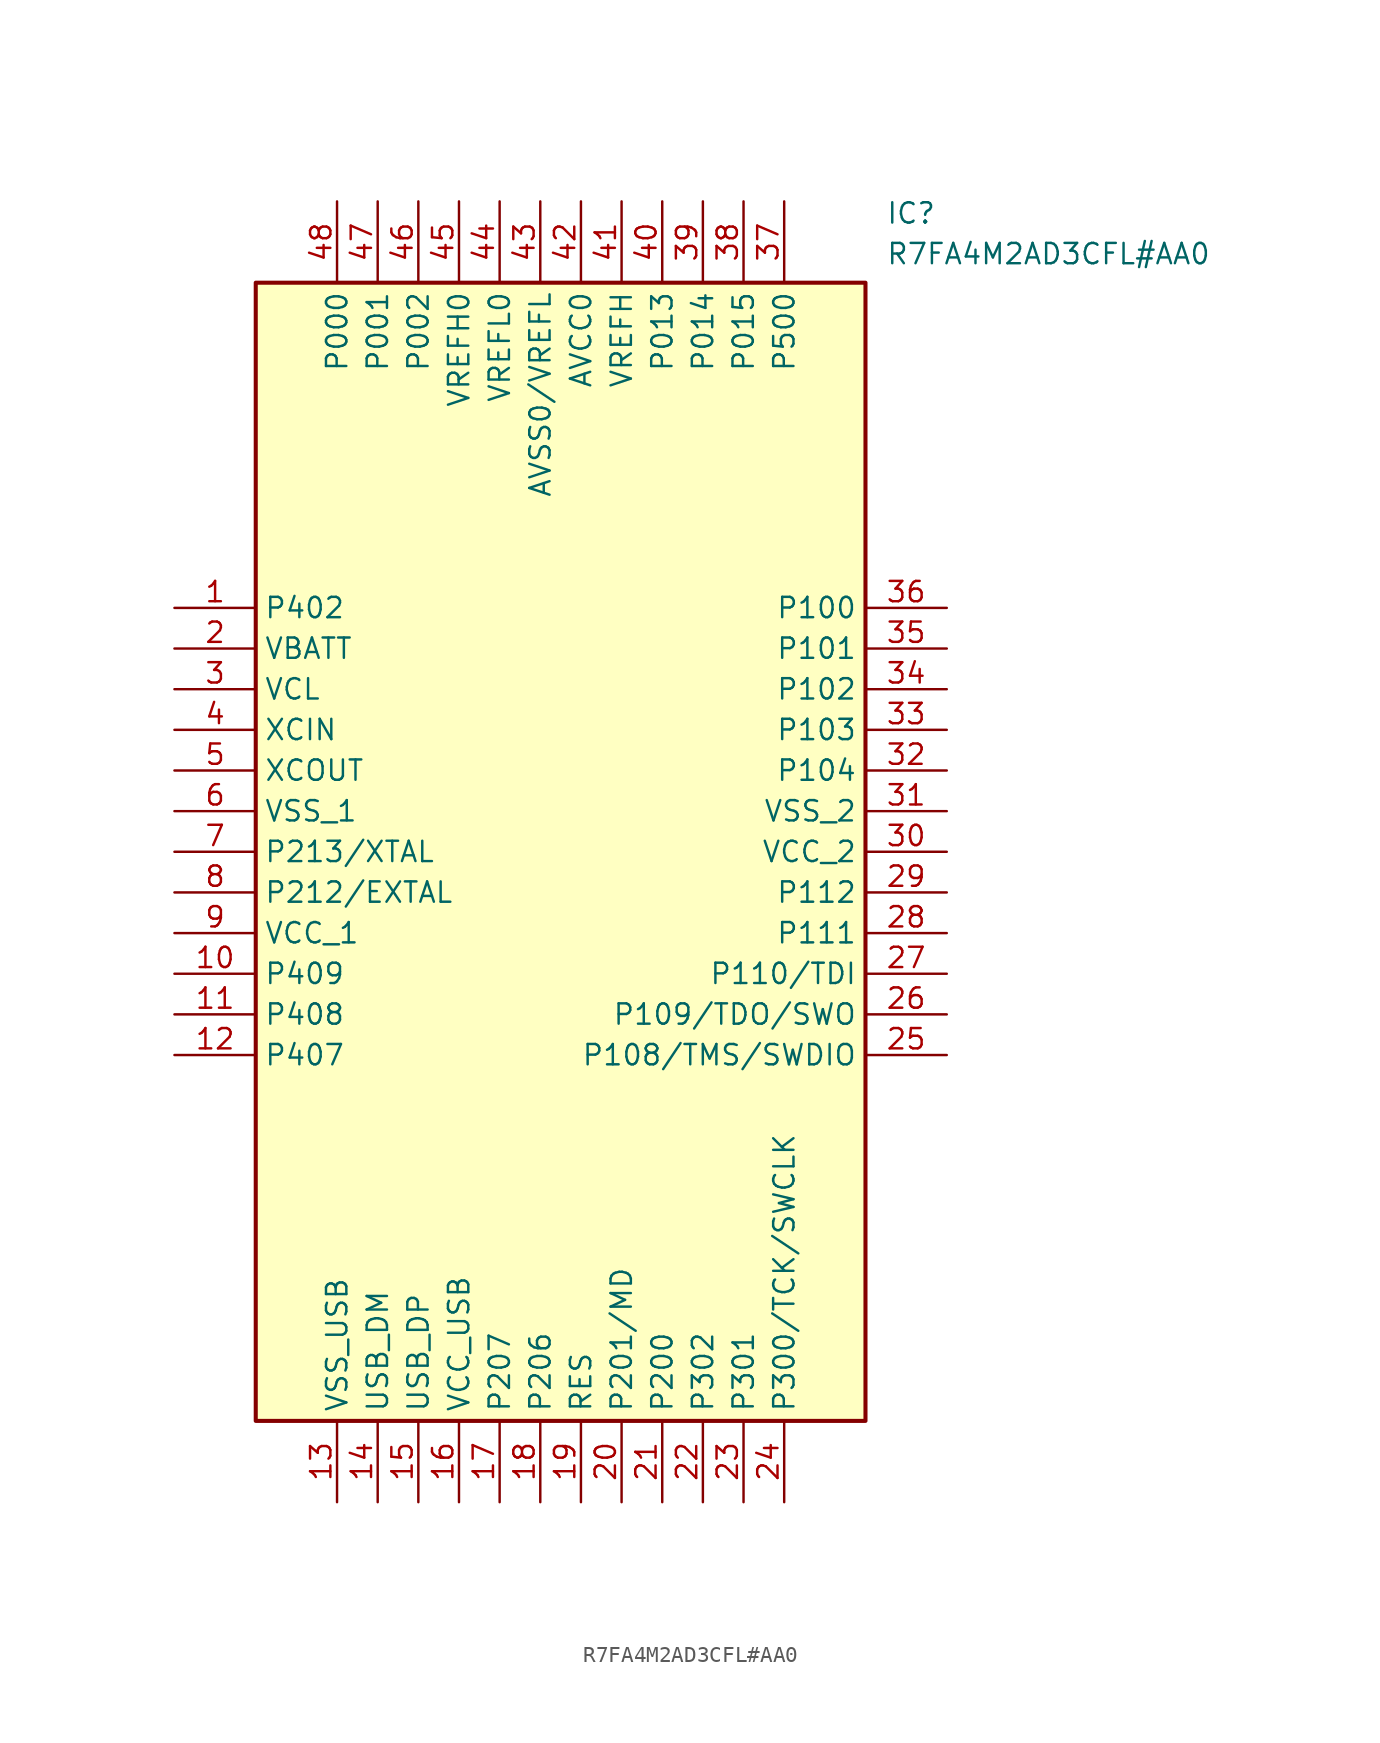
<source format=kicad_sym>
(kicad_symbol_lib
  (version 20211014)
  (generator SamacSys_ECAD_Model)
  (symbol "R7FA4M2AD3CFL#AA0"
    (property "Reference" "IC"
      (at 44.45 25.4 0)
      (effects (font (size 1.27 1.27)) (justify left top)))
    (property "Value" "R7FA4M2AD3CFL#AA0"
      (at 44.45 22.86 0)
      (effects (font (size 1.27 1.27)) (justify left top)))
    (rectangle
      (start 5.08 20.32)
      (end 43.18 -50.8)
      (stroke (width 0.254) (type default))
      (fill (type background)))
    (pin passive line
      (at 0 0 0)
      (length 5.08)
      (name "P402" (effects (font (size 1.27 1.27))))
      (number "1" (effects (font (size 1.27 1.27)))))
    (pin passive line
      (at 0 -2.54 0)
      (length 5.08)
      (name "VBATT" (effects (font (size 1.27 1.27))))
      (number "2" (effects (font (size 1.27 1.27)))))
    (pin passive line
      (at 0 -5.08 0)
      (length 5.08)
      (name "VCL" (effects (font (size 1.27 1.27))))
      (number "3" (effects (font (size 1.27 1.27)))))
    (pin passive line
      (at 0 -7.62 0)
      (length 5.08)
      (name "XCIN" (effects (font (size 1.27 1.27))))
      (number "4" (effects (font (size 1.27 1.27)))))
    (pin passive line
      (at 0 -10.16 0)
      (length 5.08)
      (name "XCOUT" (effects (font (size 1.27 1.27))))
      (number "5" (effects (font (size 1.27 1.27)))))
    (pin passive line
      (at 0 -12.7 0)
      (length 5.08)
      (name "VSS_1" (effects (font (size 1.27 1.27))))
      (number "6" (effects (font (size 1.27 1.27)))))
    (pin passive line
      (at 0 -15.24 0)
      (length 5.08)
      (name "P213/XTAL" (effects (font (size 1.27 1.27))))
      (number "7" (effects (font (size 1.27 1.27)))))
    (pin passive line
      (at 0 -17.78 0)
      (length 5.08)
      (name "P212/EXTAL" (effects (font (size 1.27 1.27))))
      (number "8" (effects (font (size 1.27 1.27)))))
    (pin passive line
      (at 0 -20.32 0)
      (length 5.08)
      (name "VCC_1" (effects (font (size 1.27 1.27))))
      (number "9" (effects (font (size 1.27 1.27)))))
    (pin passive line
      (at 0 -22.86 0)
      (length 5.08)
      (name "P409" (effects (font (size 1.27 1.27))))
      (number "10" (effects (font (size 1.27 1.27)))))
    (pin passive line
      (at 0 -25.4 0)
      (length 5.08)
      (name "P408" (effects (font (size 1.27 1.27))))
      (number "11" (effects (font (size 1.27 1.27)))))
    (pin passive line
      (at 0 -27.94 0)
      (length 5.08)
      (name "P407" (effects (font (size 1.27 1.27))))
      (number "12" (effects (font (size 1.27 1.27)))))
    (pin passive line
      (at 10.16 -55.88 90)
      (length 5.08)
      (name "VSS_USB" (effects (font (size 1.27 1.27))))
      (number "13" (effects (font (size 1.27 1.27)))))
    (pin passive line
      (at 12.7 -55.88 90)
      (length 5.08)
      (name "USB_DM" (effects (font (size 1.27 1.27))))
      (number "14" (effects (font (size 1.27 1.27)))))
    (pin passive line
      (at 15.24 -55.88 90)
      (length 5.08)
      (name "USB_DP" (effects (font (size 1.27 1.27))))
      (number "15" (effects (font (size 1.27 1.27)))))
    (pin passive line
      (at 17.78 -55.88 90)
      (length 5.08)
      (name "VCC_USB" (effects (font (size 1.27 1.27))))
      (number "16" (effects (font (size 1.27 1.27)))))
    (pin passive line
      (at 20.32 -55.88 90)
      (length 5.08)
      (name "P207" (effects (font (size 1.27 1.27))))
      (number "17" (effects (font (size 1.27 1.27)))))
    (pin passive line
      (at 22.86 -55.88 90)
      (length 5.08)
      (name "P206" (effects (font (size 1.27 1.27))))
      (number "18" (effects (font (size 1.27 1.27)))))
    (pin passive line
      (at 25.4 -55.88 90)
      (length 5.08)
      (name "RES" (effects (font (size 1.27 1.27))))
      (number "19" (effects (font (size 1.27 1.27)))))
    (pin passive line
      (at 27.94 -55.88 90)
      (length 5.08)
      (name "P201/MD" (effects (font (size 1.27 1.27))))
      (number "20" (effects (font (size 1.27 1.27)))))
    (pin passive line
      (at 30.48 -55.88 90)
      (length 5.08)
      (name "P200" (effects (font (size 1.27 1.27))))
      (number "21" (effects (font (size 1.27 1.27)))))
    (pin passive line
      (at 33.02 -55.88 90)
      (length 5.08)
      (name "P302" (effects (font (size 1.27 1.27))))
      (number "22" (effects (font (size 1.27 1.27)))))
    (pin passive line
      (at 35.56 -55.88 90)
      (length 5.08)
      (name "P301" (effects (font (size 1.27 1.27))))
      (number "23" (effects (font (size 1.27 1.27)))))
    (pin passive line
      (at 38.1 -55.88 90)
      (length 5.08)
      (name "P300/TCK/SWCLK" (effects (font (size 1.27 1.27))))
      (number "24" (effects (font (size 1.27 1.27)))))
    (pin passive line
      (at 48.26 0 180)
      (length 5.08)
      (name "P100" (effects (font (size 1.27 1.27))))
      (number "36" (effects (font (size 1.27 1.27)))))
    (pin passive line
      (at 48.26 -2.54 180)
      (length 5.08)
      (name "P101" (effects (font (size 1.27 1.27))))
      (number "35" (effects (font (size 1.27 1.27)))))
    (pin passive line
      (at 48.26 -5.08 180)
      (length 5.08)
      (name "P102" (effects (font (size 1.27 1.27))))
      (number "34" (effects (font (size 1.27 1.27)))))
    (pin passive line
      (at 48.26 -7.62 180)
      (length 5.08)
      (name "P103" (effects (font (size 1.27 1.27))))
      (number "33" (effects (font (size 1.27 1.27)))))
    (pin passive line
      (at 48.26 -10.16 180)
      (length 5.08)
      (name "P104" (effects (font (size 1.27 1.27))))
      (number "32" (effects (font (size 1.27 1.27)))))
    (pin passive line
      (at 48.26 -12.7 180)
      (length 5.08)
      (name "VSS_2" (effects (font (size 1.27 1.27))))
      (number "31" (effects (font (size 1.27 1.27)))))
    (pin passive line
      (at 48.26 -15.24 180)
      (length 5.08)
      (name "VCC_2" (effects (font (size 1.27 1.27))))
      (number "30" (effects (font (size 1.27 1.27)))))
    (pin passive line
      (at 48.26 -17.78 180)
      (length 5.08)
      (name "P112" (effects (font (size 1.27 1.27))))
      (number "29" (effects (font (size 1.27 1.27)))))
    (pin passive line
      (at 48.26 -20.32 180)
      (length 5.08)
      (name "P111" (effects (font (size 1.27 1.27))))
      (number "28" (effects (font (size 1.27 1.27)))))
    (pin passive line
      (at 48.26 -22.86 180)
      (length 5.08)
      (name "P110/TDI" (effects (font (size 1.27 1.27))))
      (number "27" (effects (font (size 1.27 1.27)))))
    (pin passive line
      (at 48.26 -25.4 180)
      (length 5.08)
      (name "P109/TDO/SWO" (effects (font (size 1.27 1.27))))
      (number "26" (effects (font (size 1.27 1.27)))))
    (pin passive line
      (at 48.26 -27.94 180)
      (length 5.08)
      (name "P108/TMS/SWDIO" (effects (font (size 1.27 1.27))))
      (number "25" (effects (font (size 1.27 1.27)))))
    (pin passive line
      (at 10.16 25.4 270)
      (length 5.08)
      (name "P000" (effects (font (size 1.27 1.27))))
      (number "48" (effects (font (size 1.27 1.27)))))
    (pin passive line
      (at 12.7 25.4 270)
      (length 5.08)
      (name "P001" (effects (font (size 1.27 1.27))))
      (number "47" (effects (font (size 1.27 1.27)))))
    (pin passive line
      (at 15.24 25.4 270)
      (length 5.08)
      (name "P002" (effects (font (size 1.27 1.27))))
      (number "46" (effects (font (size 1.27 1.27)))))
    (pin passive line
      (at 17.78 25.4 270)
      (length 5.08)
      (name "VREFH0" (effects (font (size 1.27 1.27))))
      (number "45" (effects (font (size 1.27 1.27)))))
    (pin passive line
      (at 20.32 25.4 270)
      (length 5.08)
      (name "VREFL0" (effects (font (size 1.27 1.27))))
      (number "44" (effects (font (size 1.27 1.27)))))
    (pin passive line
      (at 22.86 25.4 270)
      (length 5.08)
      (name "AVSS0/VREFL" (effects (font (size 1.27 1.27))))
      (number "43" (effects (font (size 1.27 1.27)))))
    (pin passive line
      (at 25.4 25.4 270)
      (length 5.08)
      (name "AVCC0" (effects (font (size 1.27 1.27))))
      (number "42" (effects (font (size 1.27 1.27)))))
    (pin passive line
      (at 27.94 25.4 270)
      (length 5.08)
      (name "VREFH" (effects (font (size 1.27 1.27))))
      (number "41" (effects (font (size 1.27 1.27)))))
    (pin passive line
      (at 30.48 25.4 270)
      (length 5.08)
      (name "P013" (effects (font (size 1.27 1.27))))
      (number "40" (effects (font (size 1.27 1.27)))))
    (pin passive line
      (at 33.02 25.4 270)
      (length 5.08)
      (name "P014" (effects (font (size 1.27 1.27))))
      (number "39" (effects (font (size 1.27 1.27)))))
    (pin passive line
      (at 35.56 25.4 270)
      (length 5.08)
      (name "P015" (effects (font (size 1.27 1.27))))
      (number "38" (effects (font (size 1.27 1.27)))))
    (pin passive line
      (at 38.1 25.4 270)
      (length 5.08)
      (name "P500" (effects (font (size 1.27 1.27))))
      (number "37" (effects (font (size 1.27 1.27)))))))
</source>
